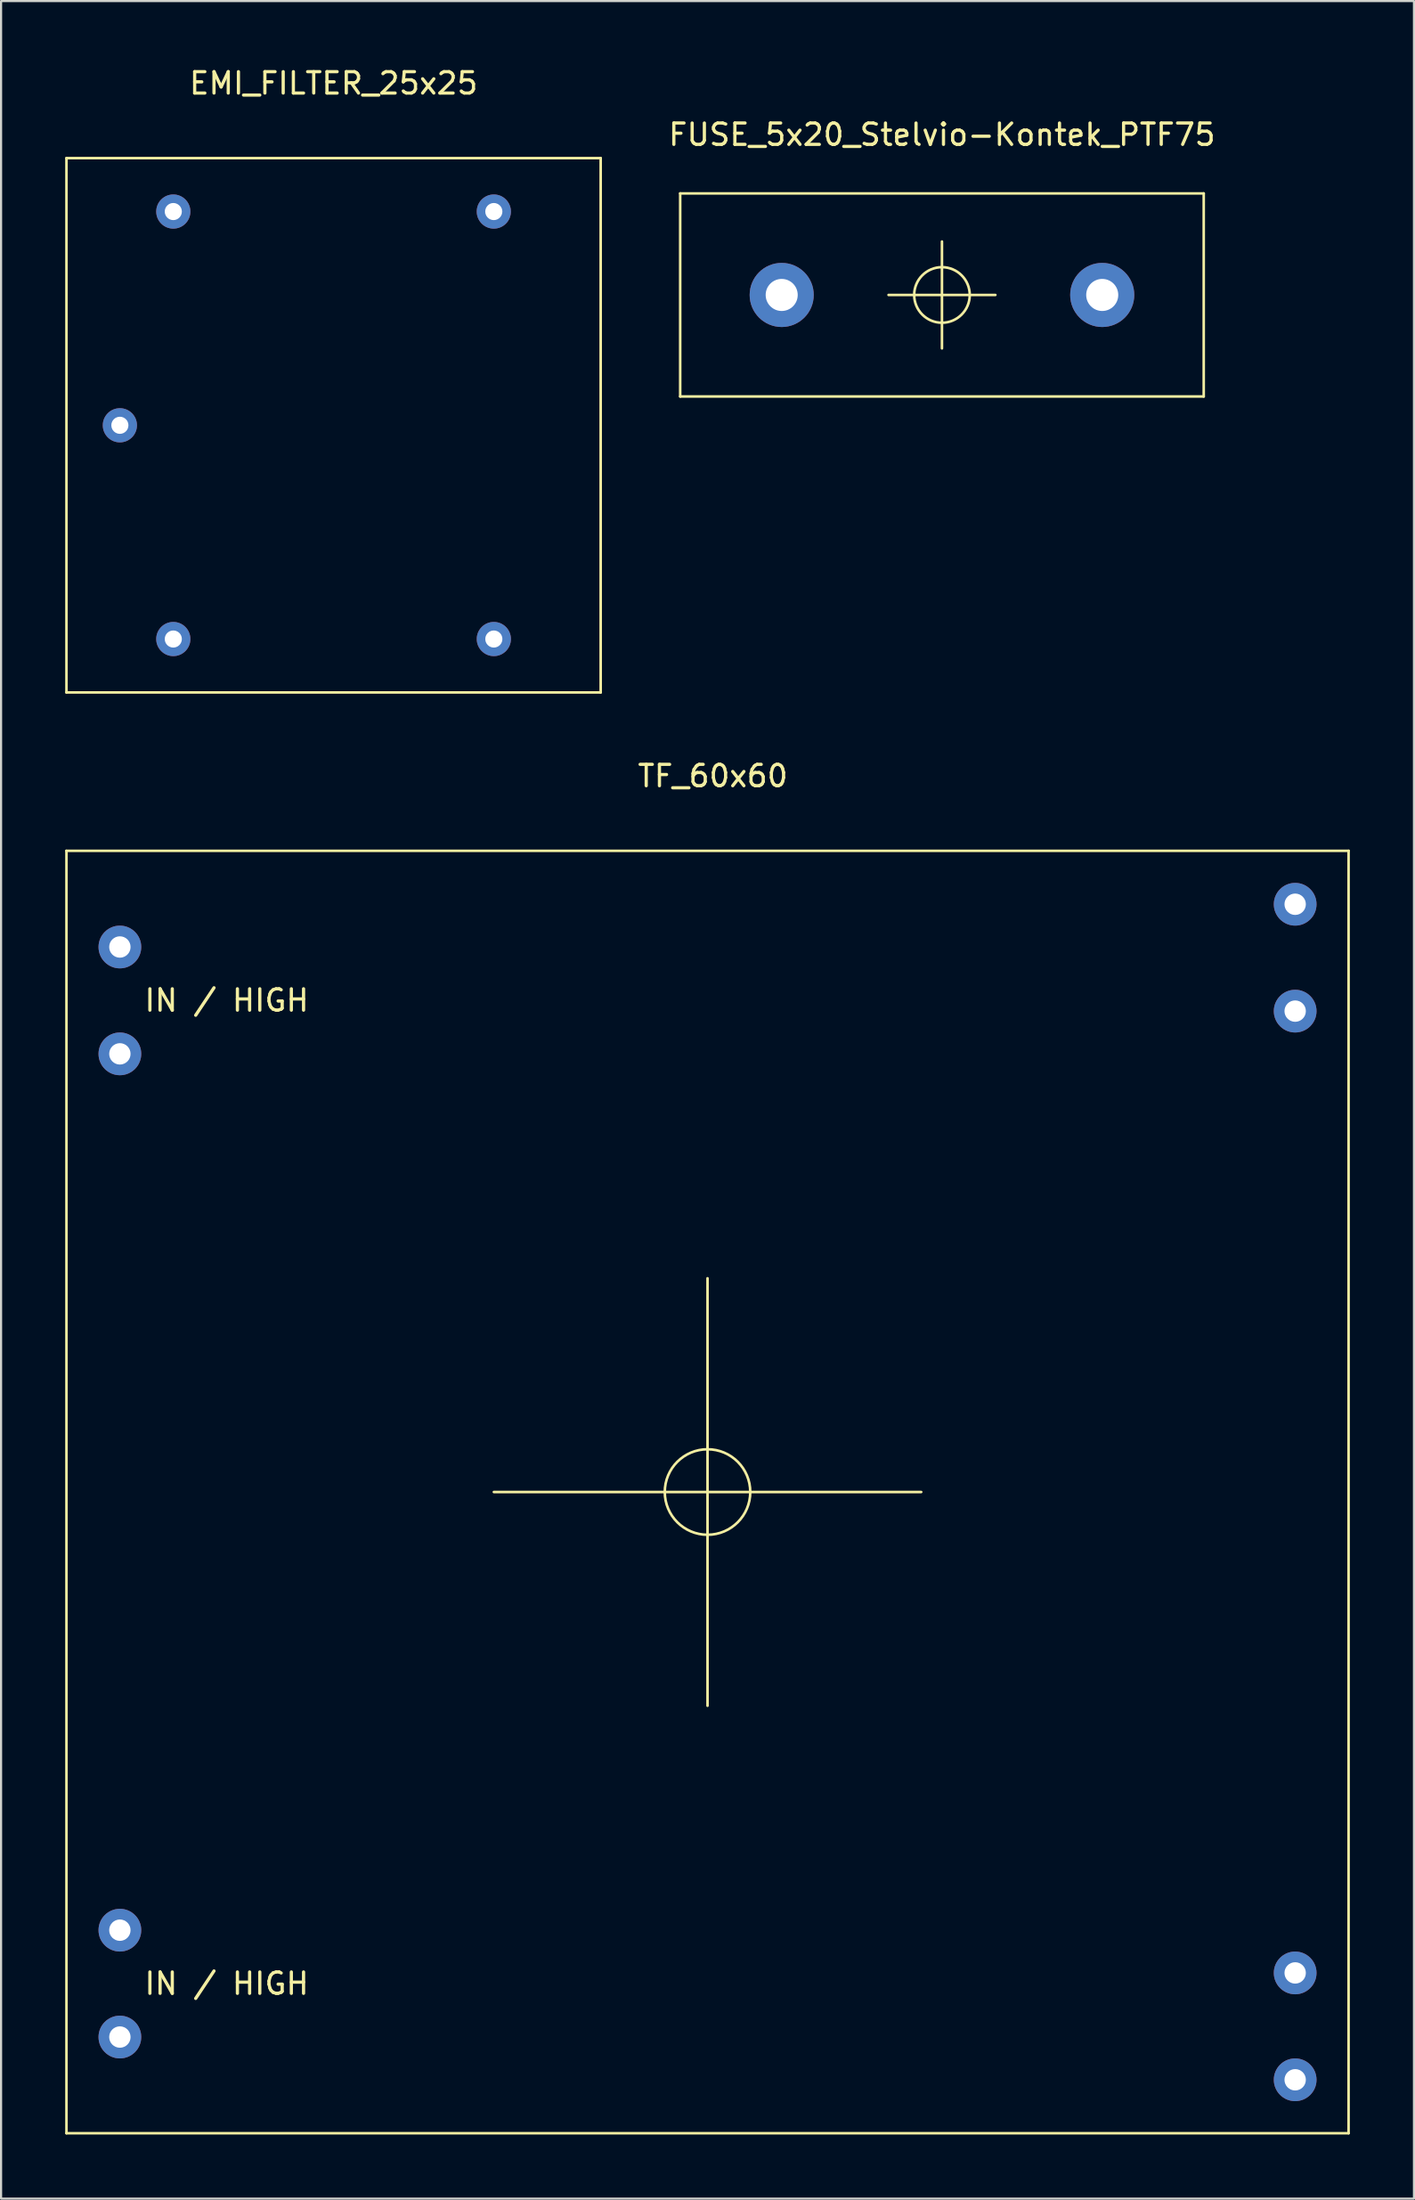
<source format=kicad_pcb>
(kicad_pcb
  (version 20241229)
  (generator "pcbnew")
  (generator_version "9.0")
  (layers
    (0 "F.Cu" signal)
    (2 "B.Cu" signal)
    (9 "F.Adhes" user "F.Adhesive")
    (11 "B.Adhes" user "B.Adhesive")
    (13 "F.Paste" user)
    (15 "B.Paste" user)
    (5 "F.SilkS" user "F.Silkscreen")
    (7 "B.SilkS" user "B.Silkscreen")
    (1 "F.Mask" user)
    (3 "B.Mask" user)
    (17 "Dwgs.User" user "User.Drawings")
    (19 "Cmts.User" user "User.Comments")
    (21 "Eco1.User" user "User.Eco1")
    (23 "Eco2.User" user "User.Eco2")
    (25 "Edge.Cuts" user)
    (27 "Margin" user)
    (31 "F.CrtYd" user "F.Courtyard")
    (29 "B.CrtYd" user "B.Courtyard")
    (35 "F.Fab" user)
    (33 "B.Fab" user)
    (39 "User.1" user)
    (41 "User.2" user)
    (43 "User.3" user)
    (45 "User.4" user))
  (footprint "EMI_FILTER_25x25"
    (layer "F.Cu")
    (at 12.56 16.848)
    (property "Reference" "EMI_FILTER_25x25" (at 0 -16 0) (layer "F.SilkS") (effects (font (size 1 1) (thickness 0.15))))
    (attr through_hole)
    (fp_line (start -12.5 -12.5) (end -12.5 12.5) (stroke (width 0.12) (type solid)) (layer "F.SilkS"))
    (fp_line (start -12.5 12.5) (end 12.5 12.5) (stroke (width 0.12) (type solid)) (layer "F.SilkS"))
    (fp_line (start 12.5 -12.5) (end -12.5 -12.5) (stroke (width 0.12) (type solid)) (layer "F.SilkS"))
    (fp_line (start 12.5 12.5) (end 12.5 -12.5) (stroke (width 0.12) (type solid)) (layer "F.SilkS"))
    (pad "1" thru_hole circle (at -7.5 -10) (size 1.6 1.6) (drill 0.8) (layers "*.Cu" "*.Mask"))
    (pad "2" thru_hole circle (at -10 0) (size 1.6 1.6) (drill 0.8) (layers "*.Cu" "*.Mask"))
    (pad "3" thru_hole circle (at -7.5 10) (size 1.6 1.6) (drill 0.8) (layers "*.Cu" "*.Mask"))
    (pad "4" thru_hole circle (at 7.5 10) (size 1.6 1.6) (drill 0.8) (layers "*.Cu" "*.Mask"))
    (pad "5" thru_hole circle (at 7.5 -10) (size 1.6 1.6) (drill 0.8) (layers "*.Cu" "*.Mask")))
  (footprint "TF_60x60"
    (layer "F.Cu")
    (at 30.06 66.757)
    (property "Reference" "TF_60x60" (at 0.25 -33.5 0) (layer "F.SilkS") (effects (font (size 1 1) (thickness 0.15))))
    (attr through_hole)
    (fp_line (start -30 -30) (end -30 30) (stroke (width 0.12) (type solid)) (layer "F.SilkS"))
    (fp_line (start -30 30) (end 30 30) (stroke (width 0.12) (type solid)) (layer "F.SilkS"))
    (fp_line (start -10 0) (end 10 0) (stroke (width 0.12) (type solid)) (layer "F.SilkS"))
    (fp_line (start 0 -10) (end 0 10) (stroke (width 0.12) (type solid)) (layer "F.SilkS"))
    (fp_line (start 30 -30) (end -30 -30) (stroke (width 0.12) (type solid)) (layer "F.SilkS"))
    (fp_line (start 30 30) (end 30 -30) (stroke (width 0.12) (type solid)) (layer "F.SilkS"))
    (fp_circle (center 0 0) (end 2 0) (stroke (width 0.12) (type solid)) (fill no) (layer "F.SilkS"))
    (fp_text user "IN / HIGH" (at -22.5 -23 0) (layer "F.SilkS") (effects (font (size 1 1) (thickness 0.15))))
    (fp_text user "IN / HIGH" (at -22.5 23 0) (layer "F.SilkS") (effects (font (size 1 1) (thickness 0.15))))
    (pad "1" thru_hole circle (at -27.5 -25.5) (size 2 2) (drill 1) (layers "*.Cu" "*.Mask"))
    (pad "2" thru_hole circle (at -27.5 -20.5) (size 2 2) (drill 1) (layers "*.Cu" "*.Mask"))
    (pad "3" thru_hole circle (at -27.5 20.5) (size 2 2) (drill 1) (layers "*.Cu" "*.Mask"))
    (pad "4" thru_hole circle (at -27.5 25.5) (size 2 2) (drill 1) (layers "*.Cu" "*.Mask"))
    (pad "5" thru_hole circle (at 27.5 27.5) (size 2 2) (drill 1) (layers "*.Cu" "*.Mask"))
    (pad "6" thru_hole circle (at 27.5 22.5) (size 2 2) (drill 1) (layers "*.Cu" "*.Mask"))
    (pad "7" thru_hole circle (at 27.5 -22.5) (size 2 2) (drill 1) (layers "*.Cu" "*.Mask"))
    (pad "8" thru_hole circle (at 27.5 -27.5) (size 2 2) (drill 1) (layers "*.Cu" "*.Mask")))
  (footprint "FUSE_5x20_Stelvio-Kontek_PTF75"
    (layer "F.Cu")
    (at 41.031 0.25)
    (property "Reference" "FUSE_5x20_Stelvio-Kontek_PTF75" (at 0 3 0) (layer "F.SilkS") (effects (font (size 1 1) (thickness 0.15))))
    (attr through_hole)
    (fp_line (start -12.25 5.75) (end -12.25 15.25) (stroke (width 0.12) (type solid)) (layer "F.SilkS"))
    (fp_line (start -12.25 15.25) (end 12.25 15.25) (stroke (width 0.12) (type solid)) (layer "F.SilkS"))
    (fp_line (start -2.5 10.5) (end 2.5 10.5) (stroke (width 0.12) (type solid)) (layer "F.SilkS"))
    (fp_line (start 0 8) (end 0 13) (stroke (width 0.12) (type solid)) (layer "F.SilkS"))
    (fp_line (start 12.25 5.75) (end -12.25 5.75) (stroke (width 0.12) (type solid)) (layer "F.SilkS"))
    (fp_line (start 12.25 15.25) (end 12.25 5.75) (stroke (width 0.12) (type solid)) (layer "F.SilkS"))
    (fp_circle (center 0 10.5) (end 1.3 10.5) (stroke (width 0.12) (type solid)) (fill no) (layer "F.SilkS"))
    (pad "1" thru_hole circle (at -7.5 10.5) (size 3 3) (drill 1.5) (layers "*.Cu" "*.Mask"))
    (pad "2" thru_hole circle (at 7.5 10.5) (size 3 3) (drill 1.5) (layers "*.Cu" "*.Mask")))
  (gr_rect
    (start -3 -3)
    (end 63.12 99.817)
    (stroke (width 0.1) (type default))
    (fill no)
    (layer "Edge.Cuts")))
</source>
